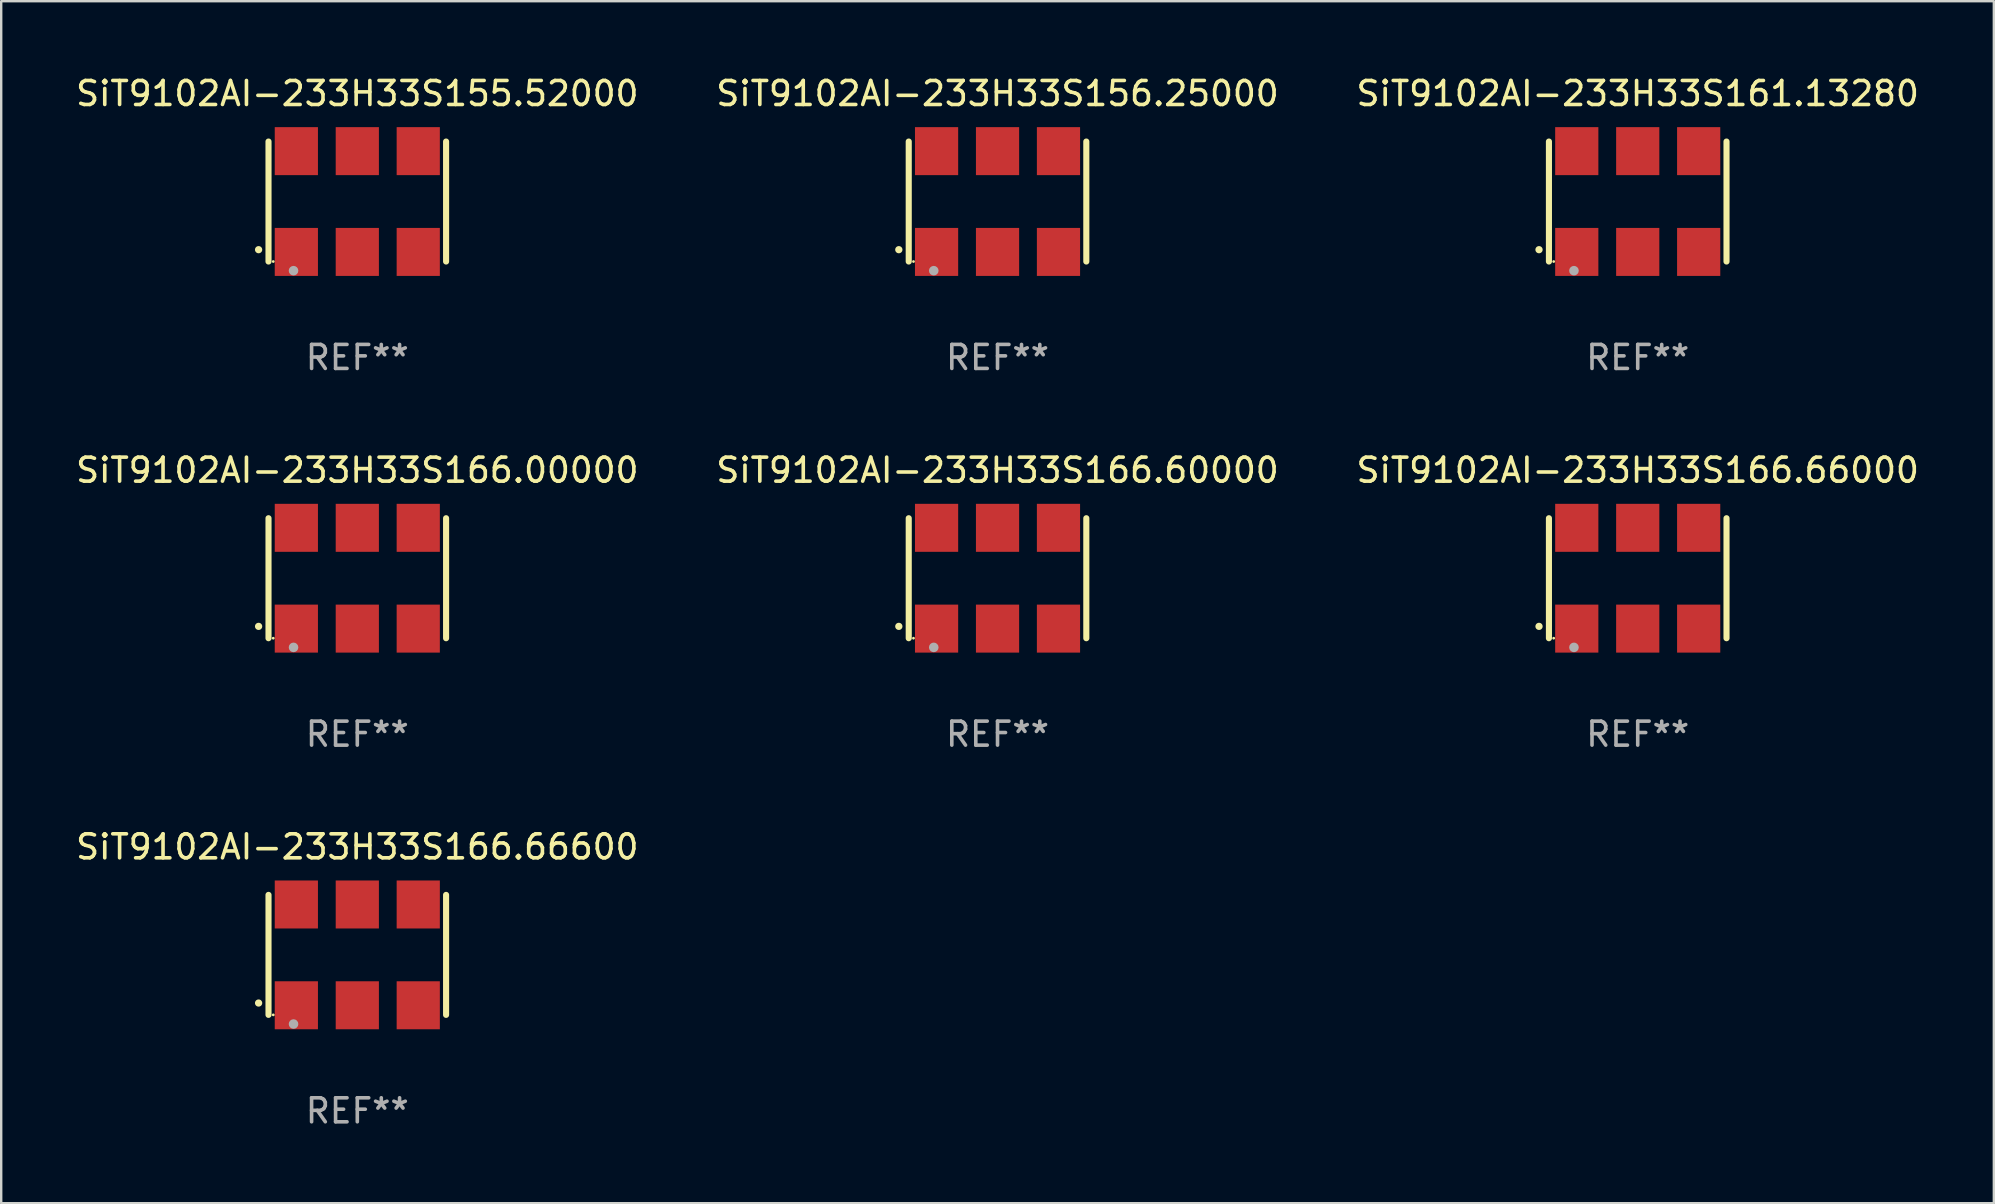
<source format=kicad_pcb>
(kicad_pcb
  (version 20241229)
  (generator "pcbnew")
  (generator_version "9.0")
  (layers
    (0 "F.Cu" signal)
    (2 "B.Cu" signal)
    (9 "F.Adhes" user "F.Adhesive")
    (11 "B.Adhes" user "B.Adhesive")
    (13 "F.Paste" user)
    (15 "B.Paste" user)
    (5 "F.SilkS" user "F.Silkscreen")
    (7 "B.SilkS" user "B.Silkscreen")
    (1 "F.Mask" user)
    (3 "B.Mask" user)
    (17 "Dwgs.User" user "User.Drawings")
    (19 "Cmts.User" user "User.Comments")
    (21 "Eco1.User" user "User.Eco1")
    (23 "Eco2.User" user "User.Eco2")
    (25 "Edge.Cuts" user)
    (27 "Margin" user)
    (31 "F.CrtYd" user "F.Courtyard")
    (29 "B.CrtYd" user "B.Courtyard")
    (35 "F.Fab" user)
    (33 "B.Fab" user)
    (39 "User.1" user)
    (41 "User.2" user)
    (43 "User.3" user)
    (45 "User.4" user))
  (footprint "SiT9102AI-233H33S161.13280"
    (layer "F.Cu")
    (at 65.196 5.348)
    (property "Reference" "SiT9102AI-233H33S161.13280" (at 0 -4.5 0) (layer "F.SilkS") (effects (font (size 1 1) (thickness 0.15))))
    (attr through_hole)
    (fp_line (start -3.7 -2.5) (end -3.7 2.5) (stroke (width 0.254) (type solid)) (layer "F.SilkS"))
    (fp_line (start 3.7 -2.5) (end 3.7 2.5) (stroke (width 0.254) (type solid)) (layer "F.SilkS"))
    (fp_arc (start -4.114415 2.006604) (mid -4.113145 2.006599) (end -4.111875 2.006604) (stroke (width 0.3) (type solid)) (layer "F.SilkS"))
    (fp_circle (center -3.502 2.5) (end -3.472 2.5) (stroke (width 0.06) (type solid)) (fill no) (layer "F.SilkS"))
    (fp_circle (center -2.657 2.882) (end -2.557 2.882) (stroke (width 0.2) (type solid)) (fill no) (layer "F.Fab"))
    (fp_text user "REF**" (at 0 6.5 0) (layer "F.Fab") (effects (font (size 1 1) (thickness 0.15))))
    (pad "1" smd rect (at -2.54 2.1) (size 1.8 2) (layers "F.Cu" "F.Mask" "F.Paste"))
    (pad "2" smd rect (at 0.000394 2.1) (size 1.8 2) (layers "F.Cu" "F.Mask" "F.Paste"))
    (pad "3" smd rect (at 2.54 2.1) (size 1.8 2) (layers "F.Cu" "F.Mask" "F.Paste"))
    (pad "4" smd rect (at 2.54 -2.1) (size 1.8 2) (layers "F.Cu" "F.Mask" "F.Paste"))
    (pad "5" smd rect (at 0.000394 -2.1) (size 1.8 2) (layers "F.Cu" "F.Mask" "F.Paste"))
    (pad "6" smd rect (at -2.54 -2.1) (size 1.8 2) (layers "F.Cu" "F.Mask" "F.Paste")))
  (footprint "SiT9102AI-233H33S166.66600"
    (layer "F.Cu")
    (at 11.839 36.741)
    (property "Reference" "SiT9102AI-233H33S166.66600" (at 0 -4.5 0) (layer "F.SilkS") (effects (font (size 1 1) (thickness 0.15))))
    (attr through_hole)
    (fp_line (start -3.7 -2.5) (end -3.7 2.5) (stroke (width 0.254) (type solid)) (layer "F.SilkS"))
    (fp_line (start 3.7 -2.5) (end 3.7 2.5) (stroke (width 0.254) (type solid)) (layer "F.SilkS"))
    (fp_arc (start -4.114415 2.006604) (mid -4.113145 2.006599) (end -4.111875 2.006604) (stroke (width 0.3) (type solid)) (layer "F.SilkS"))
    (fp_circle (center -3.502 2.5) (end -3.472 2.5) (stroke (width 0.06) (type solid)) (fill no) (layer "F.SilkS"))
    (fp_circle (center -2.657 2.882) (end -2.557 2.882) (stroke (width 0.2) (type solid)) (fill no) (layer "F.Fab"))
    (fp_text user "REF**" (at 0 6.5 0) (layer "F.Fab") (effects (font (size 1 1) (thickness 0.15))))
    (pad "1" smd rect (at -2.54 2.1) (size 1.8 2) (layers "F.Cu" "F.Mask" "F.Paste"))
    (pad "2" smd rect (at 0.000394 2.1) (size 1.8 2) (layers "F.Cu" "F.Mask" "F.Paste"))
    (pad "3" smd rect (at 2.54 2.1) (size 1.8 2) (layers "F.Cu" "F.Mask" "F.Paste"))
    (pad "4" smd rect (at 2.54 -2.1) (size 1.8 2) (layers "F.Cu" "F.Mask" "F.Paste"))
    (pad "5" smd rect (at 0.000394 -2.1) (size 1.8 2) (layers "F.Cu" "F.Mask" "F.Paste"))
    (pad "6" smd rect (at -2.54 -2.1) (size 1.8 2) (layers "F.Cu" "F.Mask" "F.Paste")))
  (footprint "SiT9102AI-233H33S166.60000"
    (layer "F.Cu")
    (at 38.518 21.045)
    (property "Reference" "SiT9102AI-233H33S166.60000" (at 0 -4.5 0) (layer "F.SilkS") (effects (font (size 1 1) (thickness 0.15))))
    (attr through_hole)
    (fp_line (start -3.7 -2.5) (end -3.7 2.5) (stroke (width 0.254) (type solid)) (layer "F.SilkS"))
    (fp_line (start 3.7 -2.5) (end 3.7 2.5) (stroke (width 0.254) (type solid)) (layer "F.SilkS"))
    (fp_arc (start -4.114415 2.006604) (mid -4.113145 2.006599) (end -4.111875 2.006604) (stroke (width 0.3) (type solid)) (layer "F.SilkS"))
    (fp_circle (center -3.502 2.5) (end -3.472 2.5) (stroke (width 0.06) (type solid)) (fill no) (layer "F.SilkS"))
    (fp_circle (center -2.657 2.882) (end -2.557 2.882) (stroke (width 0.2) (type solid)) (fill no) (layer "F.Fab"))
    (fp_text user "REF**" (at 0 6.5 0) (layer "F.Fab") (effects (font (size 1 1) (thickness 0.15))))
    (pad "1" smd rect (at -2.54 2.1) (size 1.8 2) (layers "F.Cu" "F.Mask" "F.Paste"))
    (pad "2" smd rect (at 0.000394 2.1) (size 1.8 2) (layers "F.Cu" "F.Mask" "F.Paste"))
    (pad "3" smd rect (at 2.54 2.1) (size 1.8 2) (layers "F.Cu" "F.Mask" "F.Paste"))
    (pad "4" smd rect (at 2.54 -2.1) (size 1.8 2) (layers "F.Cu" "F.Mask" "F.Paste"))
    (pad "5" smd rect (at 0.000394 -2.1) (size 1.8 2) (layers "F.Cu" "F.Mask" "F.Paste"))
    (pad "6" smd rect (at -2.54 -2.1) (size 1.8 2) (layers "F.Cu" "F.Mask" "F.Paste")))
  (footprint "SiT9102AI-233H33S166.66000"
    (layer "F.Cu")
    (at 65.196 21.045)
    (property "Reference" "SiT9102AI-233H33S166.66000" (at 0 -4.5 0) (layer "F.SilkS") (effects (font (size 1 1) (thickness 0.15))))
    (attr through_hole)
    (fp_line (start -3.7 -2.5) (end -3.7 2.5) (stroke (width 0.254) (type solid)) (layer "F.SilkS"))
    (fp_line (start 3.7 -2.5) (end 3.7 2.5) (stroke (width 0.254) (type solid)) (layer "F.SilkS"))
    (fp_arc (start -4.114415 2.006604) (mid -4.113145 2.006599) (end -4.111875 2.006604) (stroke (width 0.3) (type solid)) (layer "F.SilkS"))
    (fp_circle (center -3.502 2.5) (end -3.472 2.5) (stroke (width 0.06) (type solid)) (fill no) (layer "F.SilkS"))
    (fp_circle (center -2.657 2.882) (end -2.557 2.882) (stroke (width 0.2) (type solid)) (fill no) (layer "F.Fab"))
    (fp_text user "REF**" (at 0 6.5 0) (layer "F.Fab") (effects (font (size 1 1) (thickness 0.15))))
    (pad "1" smd rect (at -2.54 2.1) (size 1.8 2) (layers "F.Cu" "F.Mask" "F.Paste"))
    (pad "2" smd rect (at 0.000394 2.1) (size 1.8 2) (layers "F.Cu" "F.Mask" "F.Paste"))
    (pad "3" smd rect (at 2.54 2.1) (size 1.8 2) (layers "F.Cu" "F.Mask" "F.Paste"))
    (pad "4" smd rect (at 2.54 -2.1) (size 1.8 2) (layers "F.Cu" "F.Mask" "F.Paste"))
    (pad "5" smd rect (at 0.000394 -2.1) (size 1.8 2) (layers "F.Cu" "F.Mask" "F.Paste"))
    (pad "6" smd rect (at -2.54 -2.1) (size 1.8 2) (layers "F.Cu" "F.Mask" "F.Paste")))
  (footprint "SiT9102AI-233H33S166.00000"
    (layer "F.Cu")
    (at 11.839 21.045)
    (property "Reference" "SiT9102AI-233H33S166.00000" (at 0 -4.5 0) (layer "F.SilkS") (effects (font (size 1 1) (thickness 0.15))))
    (attr through_hole)
    (fp_line (start -3.7 -2.5) (end -3.7 2.5) (stroke (width 0.254) (type solid)) (layer "F.SilkS"))
    (fp_line (start 3.7 -2.5) (end 3.7 2.5) (stroke (width 0.254) (type solid)) (layer "F.SilkS"))
    (fp_arc (start -4.114415 2.006604) (mid -4.113145 2.006599) (end -4.111875 2.006604) (stroke (width 0.3) (type solid)) (layer "F.SilkS"))
    (fp_circle (center -3.502 2.5) (end -3.472 2.5) (stroke (width 0.06) (type solid)) (fill no) (layer "F.SilkS"))
    (fp_circle (center -2.657 2.882) (end -2.557 2.882) (stroke (width 0.2) (type solid)) (fill no) (layer "F.Fab"))
    (fp_text user "REF**" (at 0 6.5 0) (layer "F.Fab") (effects (font (size 1 1) (thickness 0.15))))
    (pad "1" smd rect (at -2.54 2.1) (size 1.8 2) (layers "F.Cu" "F.Mask" "F.Paste"))
    (pad "2" smd rect (at 0.000394 2.1) (size 1.8 2) (layers "F.Cu" "F.Mask" "F.Paste"))
    (pad "3" smd rect (at 2.54 2.1) (size 1.8 2) (layers "F.Cu" "F.Mask" "F.Paste"))
    (pad "4" smd rect (at 2.54 -2.1) (size 1.8 2) (layers "F.Cu" "F.Mask" "F.Paste"))
    (pad "5" smd rect (at 0.000394 -2.1) (size 1.8 2) (layers "F.Cu" "F.Mask" "F.Paste"))
    (pad "6" smd rect (at -2.54 -2.1) (size 1.8 2) (layers "F.Cu" "F.Mask" "F.Paste")))
  (footprint "SiT9102AI-233H33S156.25000"
    (layer "F.Cu")
    (at 38.518 5.348)
    (property "Reference" "SiT9102AI-233H33S156.25000" (at 0 -4.5 0) (layer "F.SilkS") (effects (font (size 1 1) (thickness 0.15))))
    (attr through_hole)
    (fp_line (start -3.7 -2.5) (end -3.7 2.5) (stroke (width 0.254) (type solid)) (layer "F.SilkS"))
    (fp_line (start 3.7 -2.5) (end 3.7 2.5) (stroke (width 0.254) (type solid)) (layer "F.SilkS"))
    (fp_arc (start -4.114415 2.006604) (mid -4.113145 2.006599) (end -4.111875 2.006604) (stroke (width 0.3) (type solid)) (layer "F.SilkS"))
    (fp_circle (center -3.502 2.5) (end -3.472 2.5) (stroke (width 0.06) (type solid)) (fill no) (layer "F.SilkS"))
    (fp_circle (center -2.657 2.882) (end -2.557 2.882) (stroke (width 0.2) (type solid)) (fill no) (layer "F.Fab"))
    (fp_text user "REF**" (at 0 6.5 0) (layer "F.Fab") (effects (font (size 1 1) (thickness 0.15))))
    (pad "1" smd rect (at -2.54 2.1) (size 1.8 2) (layers "F.Cu" "F.Mask" "F.Paste"))
    (pad "2" smd rect (at 0.000394 2.1) (size 1.8 2) (layers "F.Cu" "F.Mask" "F.Paste"))
    (pad "3" smd rect (at 2.54 2.1) (size 1.8 2) (layers "F.Cu" "F.Mask" "F.Paste"))
    (pad "4" smd rect (at 2.54 -2.1) (size 1.8 2) (layers "F.Cu" "F.Mask" "F.Paste"))
    (pad "5" smd rect (at 0.000394 -2.1) (size 1.8 2) (layers "F.Cu" "F.Mask" "F.Paste"))
    (pad "6" smd rect (at -2.54 -2.1) (size 1.8 2) (layers "F.Cu" "F.Mask" "F.Paste")))
  (footprint "SiT9102AI-233H33S155.52000"
    (layer "F.Cu")
    (at 11.839 5.348)
    (property "Reference" "SiT9102AI-233H33S155.52000" (at 0 -4.5 0) (layer "F.SilkS") (effects (font (size 1 1) (thickness 0.15))))
    (attr through_hole)
    (fp_line (start -3.7 -2.5) (end -3.7 2.5) (stroke (width 0.254) (type solid)) (layer "F.SilkS"))
    (fp_line (start 3.7 -2.5) (end 3.7 2.5) (stroke (width 0.254) (type solid)) (layer "F.SilkS"))
    (fp_arc (start -4.114415 2.006604) (mid -4.113145 2.006599) (end -4.111875 2.006604) (stroke (width 0.3) (type solid)) (layer "F.SilkS"))
    (fp_circle (center -3.502 2.5) (end -3.472 2.5) (stroke (width 0.06) (type solid)) (fill no) (layer "F.SilkS"))
    (fp_circle (center -2.657 2.882) (end -2.557 2.882) (stroke (width 0.2) (type solid)) (fill no) (layer "F.Fab"))
    (fp_text user "REF**" (at 0 6.5 0) (layer "F.Fab") (effects (font (size 1 1) (thickness 0.15))))
    (pad "1" smd rect (at -2.54 2.1) (size 1.8 2) (layers "F.Cu" "F.Mask" "F.Paste"))
    (pad "2" smd rect (at 0.000394 2.1) (size 1.8 2) (layers "F.Cu" "F.Mask" "F.Paste"))
    (pad "3" smd rect (at 2.54 2.1) (size 1.8 2) (layers "F.Cu" "F.Mask" "F.Paste"))
    (pad "4" smd rect (at 2.54 -2.1) (size 1.8 2) (layers "F.Cu" "F.Mask" "F.Paste"))
    (pad "5" smd rect (at 0.000394 -2.1) (size 1.8 2) (layers "F.Cu" "F.Mask" "F.Paste"))
    (pad "6" smd rect (at -2.54 -2.1) (size 1.8 2) (layers "F.Cu" "F.Mask" "F.Paste")))
  (gr_rect
    (start -3 -3)
    (end 80.036 47.09)
    (stroke (width 0.1) (type default))
    (fill no)
    (layer "Edge.Cuts")))
</source>
